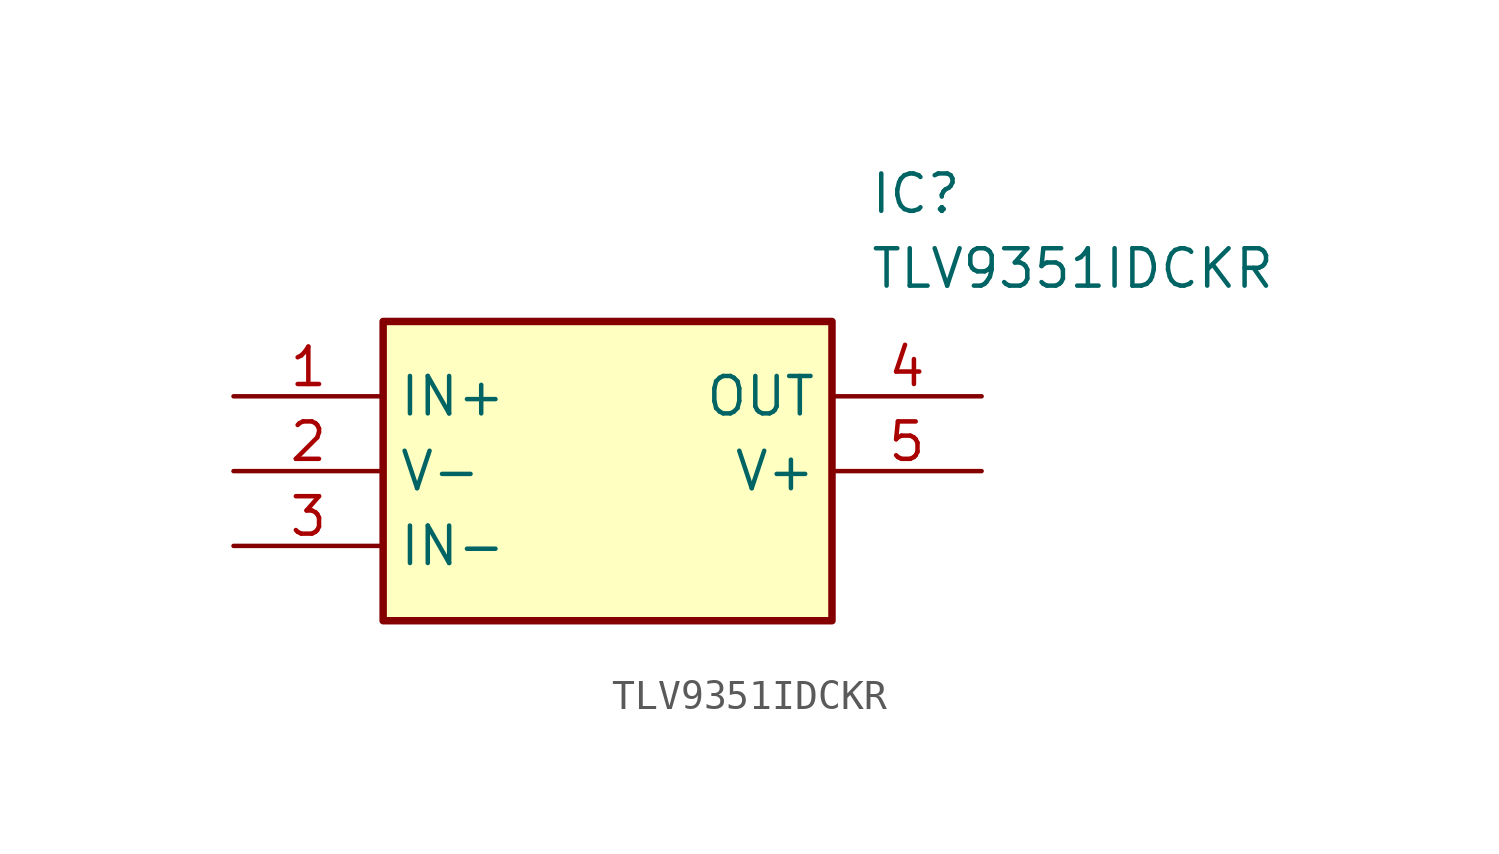
<source format=kicad_sym>
(kicad_symbol_lib
  (version 20211014)
  (generator SamacSys_ECAD_Model)
  (symbol "TLV9351IDCKR"
    (property "Reference" "IC"
      (at 21.59 7.62 0)
      (effects (font (size 1.27 1.27)) (justify left top)))
    (property "Value" "TLV9351IDCKR"
      (at 21.59 5.08 0)
      (effects (font (size 1.27 1.27)) (justify left top)))
    (rectangle
      (start 5.08 2.54)
      (end 20.32 -7.62)
      (stroke (width 0.254) (type default))
      (fill (type background)))
    (pin passive line
      (at 0 0 0)
      (length 5.08)
      (name "IN+" (effects (font (size 1.27 1.27))))
      (number "1" (effects (font (size 1.27 1.27)))))
    (pin passive line
      (at 0 -2.54 0)
      (length 5.08)
      (name "V-" (effects (font (size 1.27 1.27))))
      (number "2" (effects (font (size 1.27 1.27)))))
    (pin passive line
      (at 0 -5.08 0)
      (length 5.08)
      (name "IN-" (effects (font (size 1.27 1.27))))
      (number "3" (effects (font (size 1.27 1.27)))))
    (pin passive line
      (at 25.4 0 180)
      (length 5.08)
      (name "OUT" (effects (font (size 1.27 1.27))))
      (number "4" (effects (font (size 1.27 1.27)))))
    (pin passive line
      (at 25.4 -2.54 180)
      (length 5.08)
      (name "V+" (effects (font (size 1.27 1.27))))
      (number "5" (effects (font (size 1.27 1.27)))))))
</source>
